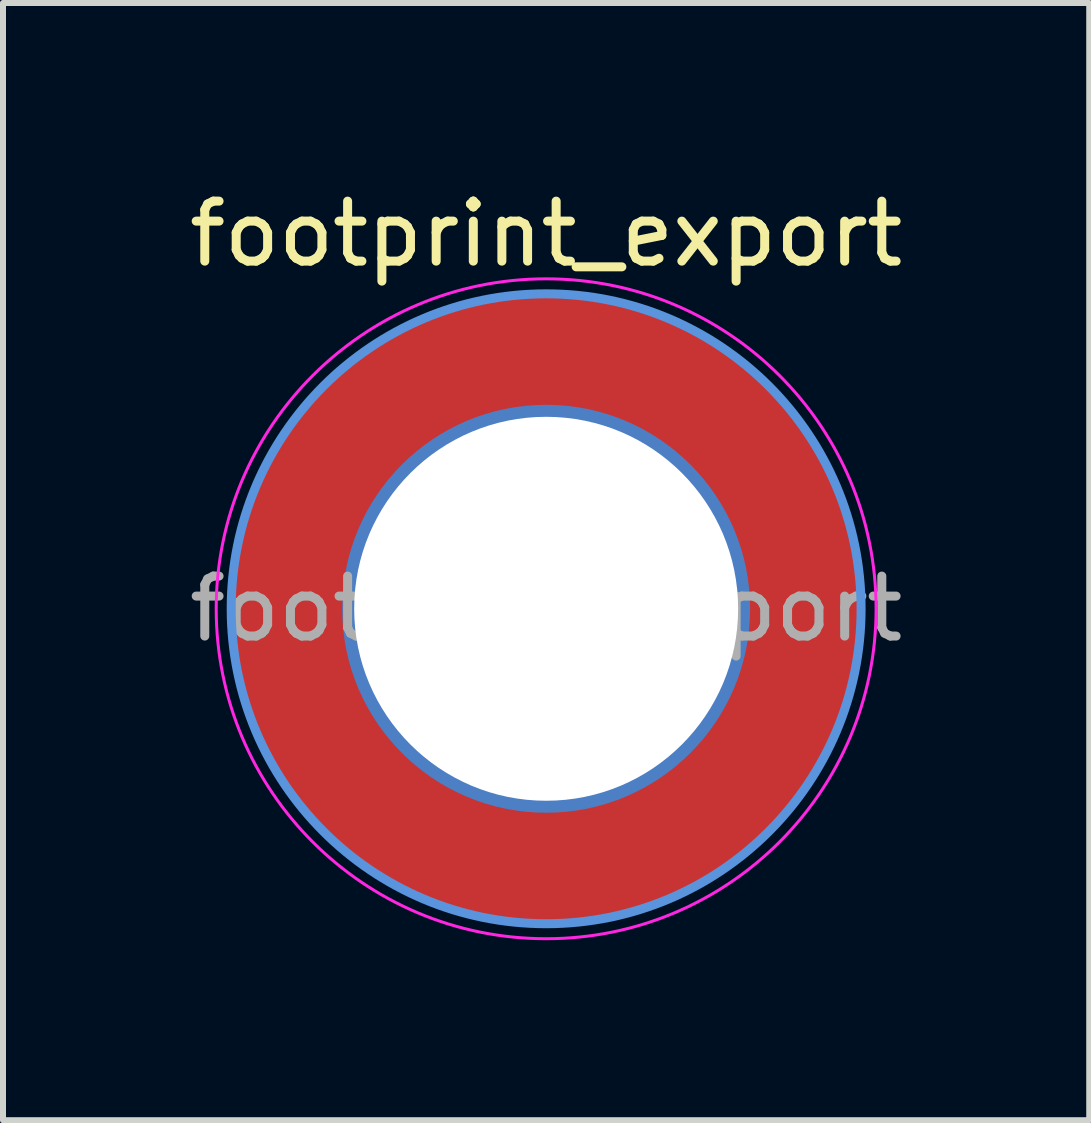
<source format=kicad_pcb>
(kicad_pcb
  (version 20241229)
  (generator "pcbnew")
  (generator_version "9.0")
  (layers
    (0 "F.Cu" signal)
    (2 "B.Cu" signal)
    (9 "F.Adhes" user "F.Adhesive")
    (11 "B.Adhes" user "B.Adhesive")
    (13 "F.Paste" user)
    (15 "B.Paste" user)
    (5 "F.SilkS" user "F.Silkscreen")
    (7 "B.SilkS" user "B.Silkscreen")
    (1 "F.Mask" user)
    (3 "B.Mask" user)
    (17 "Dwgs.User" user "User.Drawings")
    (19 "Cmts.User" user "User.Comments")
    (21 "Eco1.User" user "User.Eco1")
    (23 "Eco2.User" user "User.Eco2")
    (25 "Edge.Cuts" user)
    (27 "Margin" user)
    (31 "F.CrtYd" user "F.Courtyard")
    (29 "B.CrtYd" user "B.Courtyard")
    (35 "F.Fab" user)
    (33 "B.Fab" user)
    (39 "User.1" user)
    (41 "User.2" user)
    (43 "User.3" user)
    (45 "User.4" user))
  (footprint "footprint_export"
    (layer "F.Cu")
    (at 6.054 7.098)
    (property "Reference" "footprint_export" (at 0 -6.25 0) (layer "F.SilkS") (effects (font (size 1 1) (thickness 0.15))))
    (attr exclude_from_pos_files exclude_from_bom)
    (fp_circle (center 0 0) (end 5.25 0) (stroke (width 0.15) (type solid)) (fill no) (layer "Cmts.User"))
    (fp_circle (center 0 0) (end 5.5 0) (stroke (width 0.05) (type solid)) (fill no) (layer "F.CrtYd"))
    (fp_text user "${REFERENCE}" (at 0 0 0) (layer "F.Fab") (effects (font (size 1 1) (thickness 0.15))))
    (pad "1" thru_hole circle (at 0 0) (size 6.8 6.8) (drill 6.4) (layers "*.Cu" "*.Mask"))
    (pad "1" connect circle (at 0 0) (size 10.5 10.5) (layers "F.Cu" "F.Mask")))
  (gr_rect
    (start -3 -3)
    (end 15.107 15.623)
    (stroke (width 0.1) (type default))
    (fill no)
    (layer "Edge.Cuts")))
</source>
